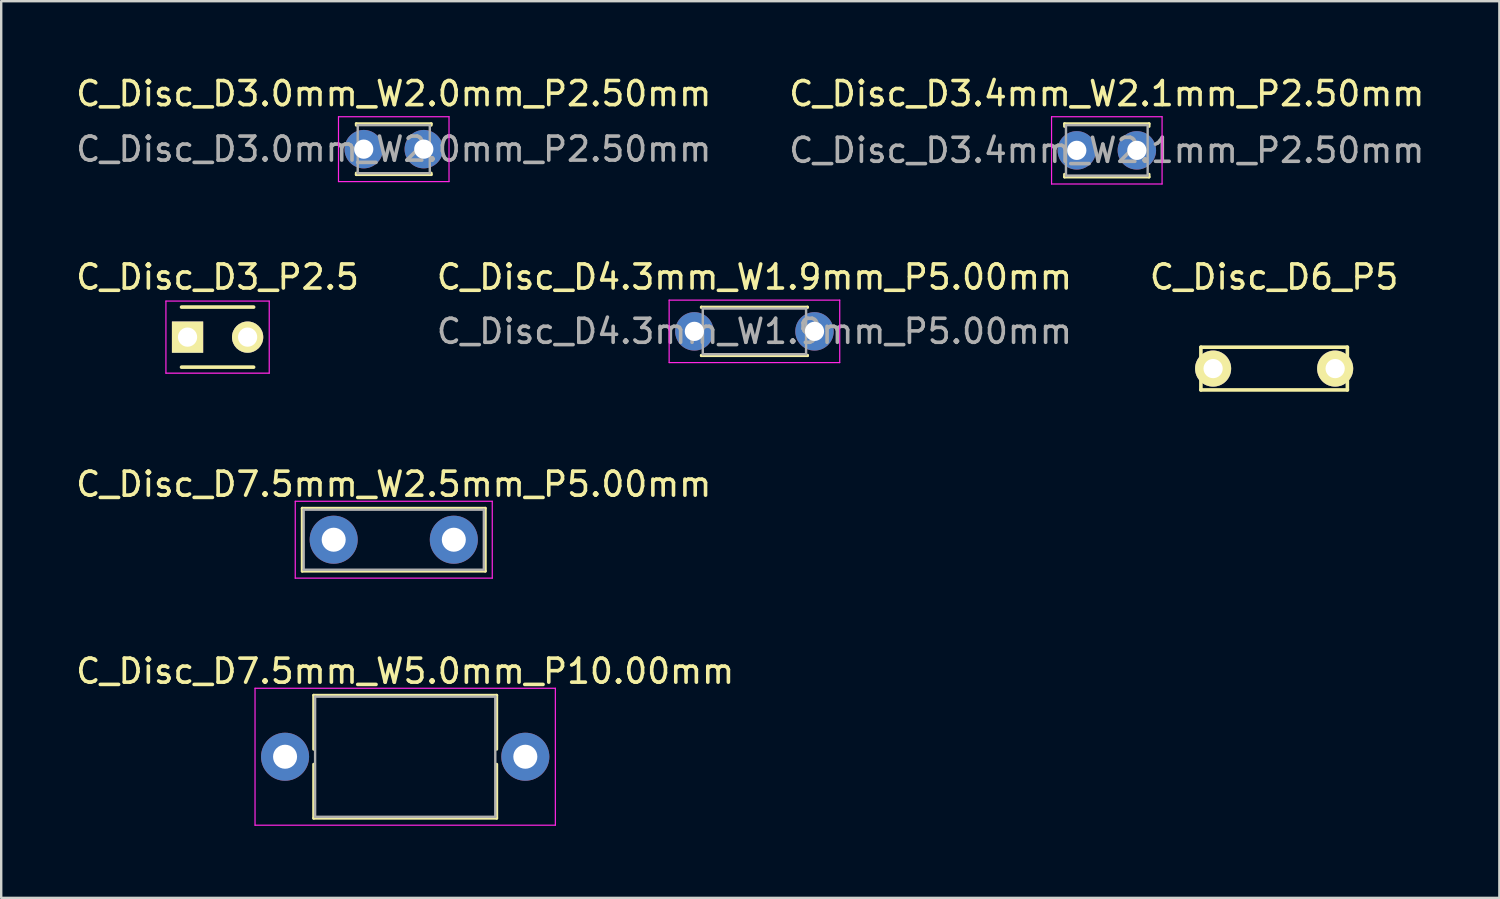
<source format=kicad_pcb>
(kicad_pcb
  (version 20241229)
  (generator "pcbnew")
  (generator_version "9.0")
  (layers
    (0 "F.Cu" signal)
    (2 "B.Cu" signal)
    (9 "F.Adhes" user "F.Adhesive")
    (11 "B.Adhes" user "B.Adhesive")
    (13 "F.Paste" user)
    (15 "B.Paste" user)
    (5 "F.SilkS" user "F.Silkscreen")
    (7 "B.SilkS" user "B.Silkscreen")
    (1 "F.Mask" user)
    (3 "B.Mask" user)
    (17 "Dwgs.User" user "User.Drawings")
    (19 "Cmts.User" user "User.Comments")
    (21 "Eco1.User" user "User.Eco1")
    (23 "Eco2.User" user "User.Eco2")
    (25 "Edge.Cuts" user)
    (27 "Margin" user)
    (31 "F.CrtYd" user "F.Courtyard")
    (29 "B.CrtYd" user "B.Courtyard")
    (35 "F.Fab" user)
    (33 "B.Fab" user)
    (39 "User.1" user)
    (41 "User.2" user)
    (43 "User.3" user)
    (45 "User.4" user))
  (footprint "C_Disc_D3.4mm_W2.1mm_P2.50mm"
    (layer "F.Cu")
    (at 41.768 3.208)
    (property "Reference" "C_Disc_D3.4mm_W2.1mm_P2.50mm" (at 1.25 -2.36 0) (layer "F.SilkS") (effects (font (size 1 1) (thickness 0.15))))
    (attr through_hole)
    (fp_line (start -0.51 -1.11) (end -0.51 -0.996) (stroke (width 0.12) (type solid)) (layer "F.SilkS"))
    (fp_line (start -0.51 -1.11) (end 3.01 -1.11) (stroke (width 0.12) (type solid)) (layer "F.SilkS"))
    (fp_line (start -0.51 0.996) (end -0.51 1.11) (stroke (width 0.12) (type solid)) (layer "F.SilkS"))
    (fp_line (start -0.51 1.11) (end 3.01 1.11) (stroke (width 0.12) (type solid)) (layer "F.SilkS"))
    (fp_line (start 3.01 -1.11) (end 3.01 -0.996) (stroke (width 0.12) (type solid)) (layer "F.SilkS"))
    (fp_line (start 3.01 0.996) (end 3.01 1.11) (stroke (width 0.12) (type solid)) (layer "F.SilkS"))
    (fp_line (start -1.05 -1.4) (end -1.05 1.4) (stroke (width 0.05) (type solid)) (layer "F.CrtYd"))
    (fp_line (start -1.05 1.4) (end 3.55 1.4) (stroke (width 0.05) (type solid)) (layer "F.CrtYd"))
    (fp_line (start 3.55 -1.4) (end -1.05 -1.4) (stroke (width 0.05) (type solid)) (layer "F.CrtYd"))
    (fp_line (start 3.55 1.4) (end 3.55 -1.4) (stroke (width 0.05) (type solid)) (layer "F.CrtYd"))
    (fp_line (start -0.45 -1.05) (end -0.45 1.05) (stroke (width 0.1) (type solid)) (layer "F.Fab"))
    (fp_line (start -0.45 1.05) (end 2.95 1.05) (stroke (width 0.1) (type solid)) (layer "F.Fab"))
    (fp_line (start 2.95 -1.05) (end -0.45 -1.05) (stroke (width 0.1) (type solid)) (layer "F.Fab"))
    (fp_line (start 2.95 1.05) (end 2.95 -1.05) (stroke (width 0.1) (type solid)) (layer "F.Fab"))
    (fp_text user "${REFERENCE}" (at 1.25 0 0) (layer "F.Fab") (effects (font (size 1 1) (thickness 0.15))))
    (pad "1" thru_hole circle (at 0 0) (size 1.6 1.6) (drill 0.8) (layers "*.Cu" "*.Mask"))
    (pad "2" thru_hole circle (at 2.5 0) (size 1.6 1.6) (drill 0.8) (layers "*.Cu" "*.Mask")))
  (footprint "C_Disc_D6_P5"
    (layer "F.Cu")
    (at 49.982 12.291)
    (property "Reference" "C_Disc_D6_P5" (at 0 -3.81 0) (layer "F.SilkS") (effects (font (size 1 1) (thickness 0.15))))
    (attr through_hole)
    (fp_line (start -3.048 -0.889) (end -3.048 0.889) (stroke (width 0.15) (type solid)) (layer "F.SilkS"))
    (fp_line (start -3.048 0.889) (end 3.048 0.889) (stroke (width 0.15) (type solid)) (layer "F.SilkS"))
    (fp_line (start 3.048 -0.889) (end -3.048 -0.889) (stroke (width 0.15) (type solid)) (layer "F.SilkS"))
    (fp_line (start 3.048 0.889) (end 3.048 -0.889) (stroke (width 0.15) (type solid)) (layer "F.SilkS"))
    (pad "1" thru_hole circle (at -2.54 0) (size 1.501 1.501) (drill 0.8) (layers "*.Cu" "*.Mask" "F.SilkS"))
    (pad "2" thru_hole circle (at 2.54 0) (size 1.501 1.501) (drill 0.8) (layers "*.Cu" "*.Mask" "F.SilkS")))
  (footprint "C_Disc_D7.5mm_W5.0mm_P10.00mm"
    (layer "F.Cu")
    (at 8.815 28.447)
    (property "Reference" "C_Disc_D7.5mm_W5.0mm_P10.00mm" (at 5 -3.56 0) (layer "F.SilkS") (effects (font (size 1 1) (thickness 0.15))))
    (attr through_hole)
    (fp_line (start 1.19 -2.56) (end 1.19 -0.311) (stroke (width 0.12) (type solid)) (layer "F.SilkS"))
    (fp_line (start 1.19 -2.56) (end 8.81 -2.56) (stroke (width 0.12) (type solid)) (layer "F.SilkS"))
    (fp_line (start 1.19 0.311) (end 1.19 2.56) (stroke (width 0.12) (type solid)) (layer "F.SilkS"))
    (fp_line (start 1.19 2.56) (end 8.81 2.56) (stroke (width 0.12) (type solid)) (layer "F.SilkS"))
    (fp_line (start 8.81 -2.56) (end 8.81 -0.311) (stroke (width 0.12) (type solid)) (layer "F.SilkS"))
    (fp_line (start 8.81 0.311) (end 8.81 2.56) (stroke (width 0.12) (type solid)) (layer "F.SilkS"))
    (fp_line (start -1.25 -2.85) (end -1.25 2.85) (stroke (width 0.05) (type solid)) (layer "F.CrtYd"))
    (fp_line (start -1.25 2.85) (end 11.25 2.85) (stroke (width 0.05) (type solid)) (layer "F.CrtYd"))
    (fp_line (start 11.25 -2.85) (end -1.25 -2.85) (stroke (width 0.05) (type solid)) (layer "F.CrtYd"))
    (fp_line (start 11.25 2.85) (end 11.25 -2.85) (stroke (width 0.05) (type solid)) (layer "F.CrtYd"))
    (fp_line (start 1.25 -2.5) (end 1.25 2.5) (stroke (width 0.1) (type solid)) (layer "F.Fab"))
    (fp_line (start 1.25 2.5) (end 8.75 2.5) (stroke (width 0.1) (type solid)) (layer "F.Fab"))
    (fp_line (start 8.75 -2.5) (end 1.25 -2.5) (stroke (width 0.1) (type solid)) (layer "F.Fab"))
    (fp_line (start 8.75 2.5) (end 8.75 -2.5) (stroke (width 0.1) (type solid)) (layer "F.Fab"))
    (pad "1" thru_hole circle (at 0 0) (size 2 2) (drill 1) (layers "*.Cu" "*.Mask"))
    (pad "2" thru_hole circle (at 10 0) (size 2 2) (drill 1) (layers "*.Cu" "*.Mask")))
  (footprint "C_Disc_D4.3mm_W1.9mm_P5.00mm"
    (layer "F.Cu")
    (at 25.851 10.742)
    (property "Reference" "C_Disc_D4.3mm_W1.9mm_P5.00mm" (at 2.5 -2.26 0) (layer "F.SilkS") (effects (font (size 1 1) (thickness 0.15))))
    (attr through_hole)
    (fp_line (start 0.29 -1.01) (end 0.29 -0.996) (stroke (width 0.12) (type solid)) (layer "F.SilkS"))
    (fp_line (start 0.29 -1.01) (end 4.71 -1.01) (stroke (width 0.12) (type solid)) (layer "F.SilkS"))
    (fp_line (start 0.29 0.996) (end 0.29 1.01) (stroke (width 0.12) (type solid)) (layer "F.SilkS"))
    (fp_line (start 0.29 1.01) (end 4.71 1.01) (stroke (width 0.12) (type solid)) (layer "F.SilkS"))
    (fp_line (start 4.71 -1.01) (end 4.71 -0.996) (stroke (width 0.12) (type solid)) (layer "F.SilkS"))
    (fp_line (start 4.71 0.996) (end 4.71 1.01) (stroke (width 0.12) (type solid)) (layer "F.SilkS"))
    (fp_line (start -1.05 -1.3) (end -1.05 1.3) (stroke (width 0.05) (type solid)) (layer "F.CrtYd"))
    (fp_line (start -1.05 1.3) (end 6.05 1.3) (stroke (width 0.05) (type solid)) (layer "F.CrtYd"))
    (fp_line (start 6.05 -1.3) (end -1.05 -1.3) (stroke (width 0.05) (type solid)) (layer "F.CrtYd"))
    (fp_line (start 6.05 1.3) (end 6.05 -1.3) (stroke (width 0.05) (type solid)) (layer "F.CrtYd"))
    (fp_line (start 0.35 -0.95) (end 0.35 0.95) (stroke (width 0.1) (type solid)) (layer "F.Fab"))
    (fp_line (start 0.35 0.95) (end 4.65 0.95) (stroke (width 0.1) (type solid)) (layer "F.Fab"))
    (fp_line (start 4.65 -0.95) (end 0.35 -0.95) (stroke (width 0.1) (type solid)) (layer "F.Fab"))
    (fp_line (start 4.65 0.95) (end 4.65 -0.95) (stroke (width 0.1) (type solid)) (layer "F.Fab"))
    (fp_text user "${REFERENCE}" (at 2.5 0 0) (layer "F.Fab") (effects (font (size 1 1) (thickness 0.15))))
    (pad "1" thru_hole circle (at 0 0) (size 1.6 1.6) (drill 0.8) (layers "*.Cu" "*.Mask"))
    (pad "2" thru_hole circle (at 5 0) (size 1.6 1.6) (drill 0.8) (layers "*.Cu" "*.Mask")))
  (footprint "C_Disc_D3.0mm_W2.0mm_P2.50mm"
    (layer "F.Cu")
    (at 12.089 3.158)
    (property "Reference" "C_Disc_D3.0mm_W2.0mm_P2.50mm" (at 1.25 -2.31 0) (layer "F.SilkS") (effects (font (size 1 1) (thickness 0.15))))
    (attr through_hole)
    (fp_line (start -0.31 -1.06) (end -0.31 -0.996) (stroke (width 0.12) (type solid)) (layer "F.SilkS"))
    (fp_line (start -0.31 -1.06) (end 2.81 -1.06) (stroke (width 0.12) (type solid)) (layer "F.SilkS"))
    (fp_line (start -0.31 0.996) (end -0.31 1.06) (stroke (width 0.12) (type solid)) (layer "F.SilkS"))
    (fp_line (start -0.31 1.06) (end 2.81 1.06) (stroke (width 0.12) (type solid)) (layer "F.SilkS"))
    (fp_line (start 2.81 -1.06) (end 2.81 -0.996) (stroke (width 0.12) (type solid)) (layer "F.SilkS"))
    (fp_line (start 2.81 0.996) (end 2.81 1.06) (stroke (width 0.12) (type solid)) (layer "F.SilkS"))
    (fp_line (start -1.05 -1.35) (end -1.05 1.35) (stroke (width 0.05) (type solid)) (layer "F.CrtYd"))
    (fp_line (start -1.05 1.35) (end 3.55 1.35) (stroke (width 0.05) (type solid)) (layer "F.CrtYd"))
    (fp_line (start 3.55 -1.35) (end -1.05 -1.35) (stroke (width 0.05) (type solid)) (layer "F.CrtYd"))
    (fp_line (start 3.55 1.35) (end 3.55 -1.35) (stroke (width 0.05) (type solid)) (layer "F.CrtYd"))
    (fp_line (start -0.25 -1) (end -0.25 1) (stroke (width 0.1) (type solid)) (layer "F.Fab"))
    (fp_line (start -0.25 1) (end 2.75 1) (stroke (width 0.1) (type solid)) (layer "F.Fab"))
    (fp_line (start 2.75 -1) (end -0.25 -1) (stroke (width 0.1) (type solid)) (layer "F.Fab"))
    (fp_line (start 2.75 1) (end 2.75 -1) (stroke (width 0.1) (type solid)) (layer "F.Fab"))
    (fp_text user "${REFERENCE}" (at 1.25 0 0) (layer "F.Fab") (effects (font (size 1 1) (thickness 0.15))))
    (pad "1" thru_hole circle (at 0 0) (size 1.6 1.6) (drill 0.8) (layers "*.Cu" "*.Mask"))
    (pad "2" thru_hole circle (at 2.5 0) (size 1.6 1.6) (drill 0.8) (layers "*.Cu" "*.Mask")))
  (footprint "C_Disc_D7.5mm_W2.5mm_P5.00mm"
    (layer "F.Cu")
    (at 10.839 19.414)
    (property "Reference" "C_Disc_D7.5mm_W2.5mm_P5.00mm" (at 2.5 -2.31 0) (layer "F.SilkS") (effects (font (size 1 1) (thickness 0.15))))
    (attr through_hole)
    (fp_line (start -1.31 -1.31) (end -1.31 1.31) (stroke (width 0.12) (type solid)) (layer "F.SilkS"))
    (fp_line (start -1.31 -1.31) (end 6.31 -1.31) (stroke (width 0.12) (type solid)) (layer "F.SilkS"))
    (fp_line (start -1.31 1.31) (end 6.31 1.31) (stroke (width 0.12) (type solid)) (layer "F.SilkS"))
    (fp_line (start 6.31 -1.31) (end 6.31 1.31) (stroke (width 0.12) (type solid)) (layer "F.SilkS"))
    (fp_line (start -1.6 -1.6) (end -1.6 1.6) (stroke (width 0.05) (type solid)) (layer "F.CrtYd"))
    (fp_line (start -1.6 1.6) (end 6.6 1.6) (stroke (width 0.05) (type solid)) (layer "F.CrtYd"))
    (fp_line (start 6.6 -1.6) (end -1.6 -1.6) (stroke (width 0.05) (type solid)) (layer "F.CrtYd"))
    (fp_line (start 6.6 1.6) (end 6.6 -1.6) (stroke (width 0.05) (type solid)) (layer "F.CrtYd"))
    (fp_line (start -1.25 -1.25) (end -1.25 1.25) (stroke (width 0.1) (type solid)) (layer "F.Fab"))
    (fp_line (start -1.25 1.25) (end 6.25 1.25) (stroke (width 0.1) (type solid)) (layer "F.Fab"))
    (fp_line (start 6.25 -1.25) (end -1.25 -1.25) (stroke (width 0.1) (type solid)) (layer "F.Fab"))
    (fp_line (start 6.25 1.25) (end 6.25 -1.25) (stroke (width 0.1) (type solid)) (layer "F.Fab"))
    (pad "1" thru_hole circle (at 0 0) (size 2 2) (drill 1) (layers "*.Cu" "*.Mask"))
    (pad "2" thru_hole circle (at 5 0) (size 2 2) (drill 1) (layers "*.Cu" "*.Mask")))
  (footprint "C_Disc_D3_P2.5"
    (layer "F.Cu")
    (at 4.756 10.982)
    (property "Reference" "C_Disc_D3_P2.5" (at 1.25 -2.5 0) (layer "F.SilkS") (effects (font (size 1 1) (thickness 0.15))))
    (attr through_hole)
    (fp_line (start -0.25 -1.25) (end 2.75 -1.25) (stroke (width 0.15) (type solid)) (layer "F.SilkS"))
    (fp_line (start 2.75 1.25) (end -0.25 1.25) (stroke (width 0.15) (type solid)) (layer "F.SilkS"))
    (fp_line (start -0.9 -1.5) (end 3.4 -1.5) (stroke (width 0.05) (type solid)) (layer "F.CrtYd"))
    (fp_line (start -0.9 1.5) (end -0.9 -1.5) (stroke (width 0.05) (type solid)) (layer "F.CrtYd"))
    (fp_line (start 3.4 -1.5) (end 3.4 1.5) (stroke (width 0.05) (type solid)) (layer "F.CrtYd"))
    (fp_line (start 3.4 1.5) (end -0.9 1.5) (stroke (width 0.05) (type solid)) (layer "F.CrtYd"))
    (pad "1" thru_hole rect (at 0 0) (size 1.3 1.3) (drill 0.8) (layers "*.Cu" "*.Mask" "F.SilkS"))
    (pad "2" thru_hole circle (at 2.5 0) (size 1.3 1.3) (drill 0.8) (layers "*.Cu" "*.Mask" "F.SilkS")))
  (gr_rect
    (start -3 -3)
    (end 59.357 34.322)
    (stroke (width 0.1) (type default))
    (fill no)
    (layer "Edge.Cuts")))
</source>
